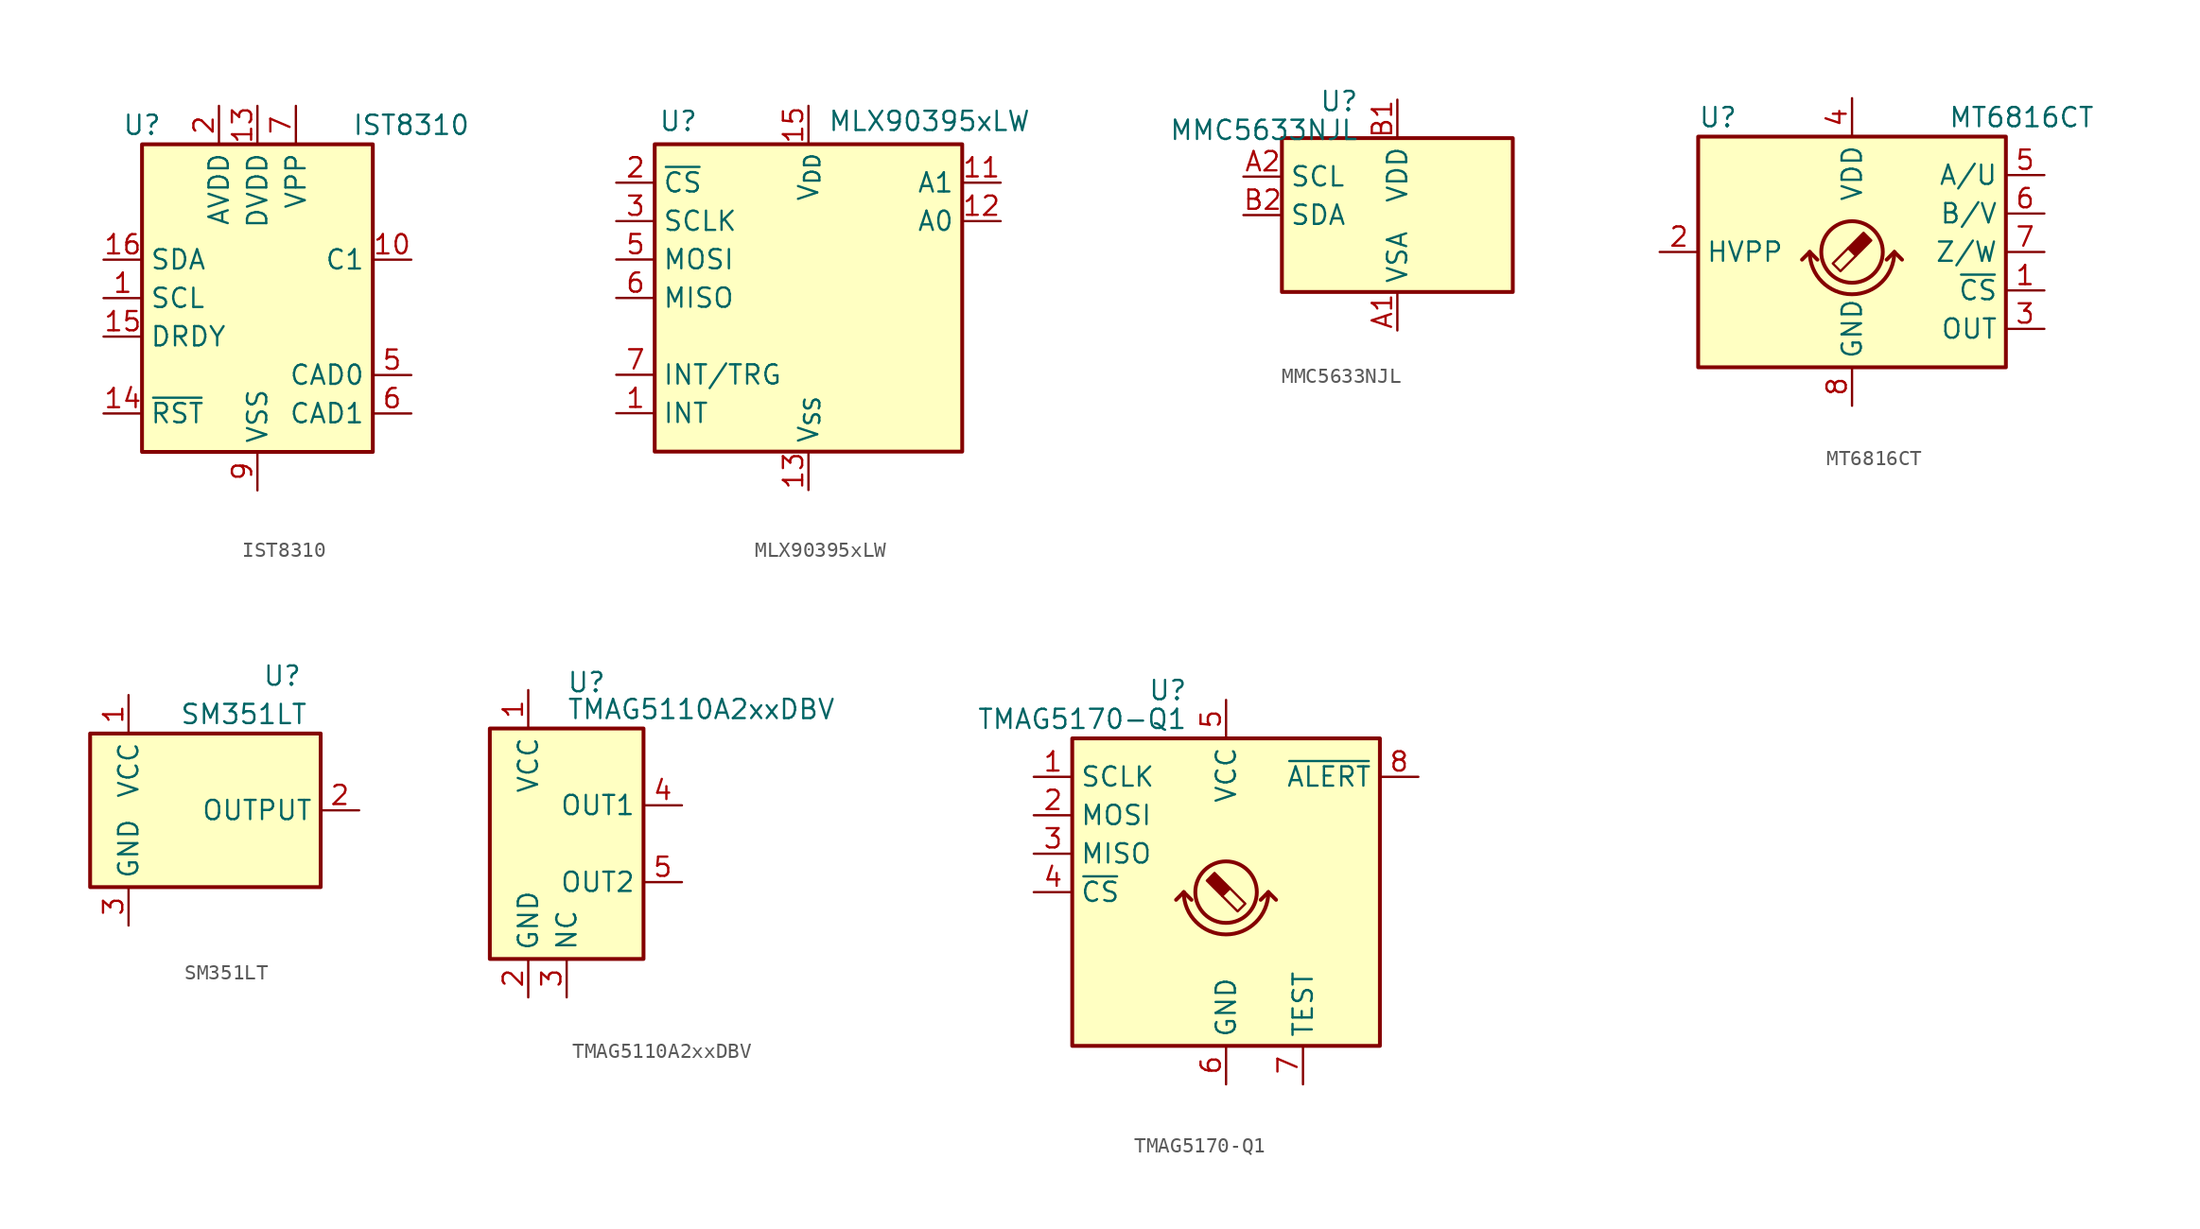
<source format=kicad_sym>
(kicad_symbol_lib
  (version 20241209)
  (generator "kicad_symbol_editor")
  (generator_version "9.0")
  (symbol "IST8310"
    (property "Reference" "U"
      (at -7.62 11.43 0)
      (effects (font (size 1.27 1.27))))
    (property "Value" "IST8310"
      (at 10.16 11.43 0)
      (effects (font (size 1.27 1.27))))
    (symbol "IST8310_0_1"
      (rectangle (start -7.62 10.16) (end 7.62 -10.16) (stroke (width 0.254) (type default)) (fill (type background))))
    (symbol "IST8310_1_1"
      (pin bidirectional line (at -10.16 2.54 0) (length 2.54) (name "SDA" (effects (font (size 1.27 1.27)))) (number "16" (effects (font (size 1.27 1.27)))))
      (pin input line (at -10.16 0 0) (length 2.54) (name "SCL" (effects (font (size 1.27 1.27)))) (number "1" (effects (font (size 1.27 1.27)))))
      (pin output line (at -10.16 -2.54 0) (length 2.54) (name "DRDY" (effects (font (size 1.27 1.27)))) (number "15" (effects (font (size 1.27 1.27)))))
      (pin input line (at -10.16 -7.62 0) (length 2.54) (name "~{RST}" (effects (font (size 1.27 1.27)))) (number "14" (effects (font (size 1.27 1.27)))))
      (pin no_connect line (at -7.62 7.62 0) (length 2.54) (hide yes) (name "NC" (effects (font (size 1.27 1.27)))) (number "3" (effects (font (size 1.27 1.27)))))
      (pin no_connect line (at -7.62 5.08 0) (length 2.54) (hide yes) (name "NC" (effects (font (size 1.27 1.27)))) (number "4" (effects (font (size 1.27 1.27)))))
      (pin power_in line (at -2.54 12.7 270) (length 2.54) (name "AVDD" (effects (font (size 1.27 1.27)))) (number "2" (effects (font (size 1.27 1.27)))))
      (pin power_in line (at 0 12.7 270) (length 2.54) (name "DVDD" (effects (font (size 1.27 1.27)))) (number "13" (effects (font (size 1.27 1.27)))))
      (pin passive line (at 0 -12.7 90) (length 2.54) (hide yes) (name "VSS" (effects (font (size 1.27 1.27)))) (number "11" (effects (font (size 1.27 1.27)))))
      (pin power_in line (at 0 -12.7 90) (length 2.54) (name "VSS" (effects (font (size 1.27 1.27)))) (number "9" (effects (font (size 1.27 1.27)))))
      (pin passive line (at 2.54 12.7 270) (length 2.54) (name "VPP" (effects (font (size 1.27 1.27)))) (number "7" (effects (font (size 1.27 1.27)))))
      (pin no_connect line (at 7.62 7.62 180) (length 2.54) (hide yes) (name "NC" (effects (font (size 1.27 1.27)))) (number "12" (effects (font (size 1.27 1.27)))))
      (pin no_connect line (at 7.62 5.08 180) (length 2.54) (hide yes) (name "NC" (effects (font (size 1.27 1.27)))) (number "8" (effects (font (size 1.27 1.27)))))
      (pin passive line (at 10.16 2.54 180) (length 2.54) (name "C1" (effects (font (size 1.27 1.27)))) (number "10" (effects (font (size 1.27 1.27)))))
      (pin input line (at 10.16 -5.08 180) (length 2.54) (name "CAD0" (effects (font (size 1.27 1.27)))) (number "5" (effects (font (size 1.27 1.27)))))
      (pin input line (at 10.16 -7.62 180) (length 2.54) (name "CAD1" (effects (font (size 1.27 1.27)))) (number "6" (effects (font (size 1.27 1.27)))))))
  (symbol "MLX90395xLW"
    (property "Reference" "U"
      (at -9.906 11.684 0)
      (effects (font (size 1.27 1.27)) (justify left)))
    (property "Value" "MLX90395xLW"
      (at 1.27 11.684 0)
      (effects (font (size 1.27 1.27)) (justify left)))
    (symbol "MLX90395xLW_0_1"
      (rectangle (start -10.16 10.16) (end 10.16 -10.16) (stroke (width 0.254) (type default)) (fill (type background))))
    (symbol "MLX90395xLW_1_1"
      (pin input line (at -12.7 7.62 0) (length 2.54) (name "~{CS}" (effects (font (size 1.27 1.27)))) (number "2" (effects (font (size 1.27 1.27)))) (alternate "MS" input line))
      (pin input line (at -12.7 5.08 0) (length 2.54) (name "SCLK" (effects (font (size 1.27 1.27)))) (number "3" (effects (font (size 1.27 1.27)))) (alternate "SCL" input line))
      (pin input line (at -12.7 2.54 0) (length 2.54) (name "MOSI" (effects (font (size 1.27 1.27)))) (number "5" (effects (font (size 1.27 1.27)))) (alternate "SDA" bidirectional line))
      (pin output line (at -12.7 0 0) (length 2.54) (name "MISO" (effects (font (size 1.27 1.27)))) (number "6" (effects (font (size 1.27 1.27)))))
      (pin bidirectional line (at -12.7 -5.08 0) (length 2.54) (name "INT/TRG" (effects (font (size 1.27 1.27)))) (number "7" (effects (font (size 1.27 1.27)))) (alternate "INT" output line) (alternate "TRG" input line))
      (pin output line (at -12.7 -7.62 0) (length 2.54) (name "INT" (effects (font (size 1.27 1.27)))) (number "1" (effects (font (size 1.27 1.27)))))
      (pin power_in line (at 0 12.7 270) (length 2.54) (name "V_{DD}" (effects (font (size 1.27 1.27)))) (number "15" (effects (font (size 1.27 1.27)))))
      (pin passive line (at 0 -12.7 90) (length 2.54) (hide yes) (name "V_{SS}" (effects (font (size 1.27 1.27)))) (number "10" (effects (font (size 1.27 1.27)))))
      (pin power_in line (at 0 -12.7 90) (length 2.54) (name "V_{SS}" (effects (font (size 1.27 1.27)))) (number "13" (effects (font (size 1.27 1.27)))))
      (pin passive line (at 0 -12.7 90) (length 2.54) (hide yes) (name "V_{SS}" (effects (font (size 1.27 1.27)))) (number "14" (effects (font (size 1.27 1.27)))))
      (pin passive line (at 0 -12.7 90) (length 2.54) (hide yes) (name "V_{SS}" (effects (font (size 1.27 1.27)))) (number "16" (effects (font (size 1.27 1.27)))))
      (pin passive line (at 0 -12.7 90) (length 2.54) (hide yes) (name "V_{SS}" (effects (font (size 1.27 1.27)))) (number "17" (effects (font (size 1.27 1.27)))))
      (pin passive line (at 0 -12.7 90) (length 2.54) (hide yes) (name "V_{SS}" (effects (font (size 1.27 1.27)))) (number "4" (effects (font (size 1.27 1.27)))))
      (pin passive line (at 0 -12.7 90) (length 2.54) (hide yes) (name "V_{SS}" (effects (font (size 1.27 1.27)))) (number "8" (effects (font (size 1.27 1.27)))))
      (pin passive line (at 0 -12.7 90) (length 2.54) (hide yes) (name "V_{SS}" (effects (font (size 1.27 1.27)))) (number "9" (effects (font (size 1.27 1.27)))))
      (pin input line (at 12.7 7.62 180) (length 2.54) (name "A1" (effects (font (size 1.27 1.27)))) (number "11" (effects (font (size 1.27 1.27)))))
      (pin input line (at 12.7 5.08 180) (length 2.54) (name "A0" (effects (font (size 1.27 1.27)))) (number "12" (effects (font (size 1.27 1.27)))))))
  (symbol "MMC5633NJL"
    (property "Reference" "U"
      (at -2.54 8.255 0)
      (effects (font (size 1.27 1.27)) (justify right top)))
    (property "Value" "MMC5633NJL"
      (at -2.54 6.35 0)
      (effects (font (size 1.27 1.27)) (justify right top)))
    (symbol "MMC5633NJL_0_1"
      (rectangle (start -7.62 -5.08) (end 7.62 5.08) (stroke (width 0.254) (type default)) (fill (type background))))
    (symbol "MMC5633NJL_1_1"
      (pin input line (at -10.16 2.54 0) (length 2.54) (name "SCL" (effects (font (size 1.27 1.27)))) (number "A2" (effects (font (size 1.27 1.27)))))
      (pin bidirectional line (at -10.16 0 0) (length 2.54) (name "SDA" (effects (font (size 1.27 1.27)))) (number "B2" (effects (font (size 1.27 1.27)))))
      (pin power_in line (at 0 7.62 270) (length 2.54) (name "VDD" (effects (font (size 1.27 1.27)))) (number "B1" (effects (font (size 1.27 1.27)))))
      (pin power_in line (at 0 -7.62 90) (length 2.54) (name "VSA" (effects (font (size 1.27 1.27)))) (number "A1" (effects (font (size 1.27 1.27)))))))
  (symbol "MT6816CT"
    (property "Reference" "U"
      (at -10.16 8.89 0)
      (effects (font (size 1.27 1.27)) (justify left)))
    (property "Value" "MT6816CT"
      (at 6.35 8.89 0)
      (effects (font (size 1.27 1.27)) (justify left)))
    (symbol "MT6816CT_1_1"
      (rectangle (start -10.16 -7.62) (end 10.16 7.62) (stroke (width 0.254) (type default)) (fill (type background)))
      (polyline (pts (xy -2.794 0) (xy -3.302 -0.508)) (stroke (width 0.254) (type default)) (fill (type none)))
      (polyline (pts (xy -2.794 0) (xy -2.286 -0.508)) (stroke (width 0.254) (type default)) (fill (type none)))
      (polyline (pts (xy -0.254 0.254) (xy -1.27 -0.762) (xy -0.762 -1.27) (xy 0.254 -0.254)) (stroke (width 0) (type default)) (fill (type none)))
      (arc (start 2.794 0) (mid 0 -2.7819) (end -2.794 0) (stroke (width 0.254) (type default)) (fill (type none)))
      (circle (center 0 0) (radius 2.032) (stroke (width 0.254) (type default)) (fill (type none)))
      (polyline (pts (xy 0.762 1.27) (xy -0.254 0.254) (xy 0.254 -0.254) (xy 1.27 0.762) (xy 1.016 1.016) (xy 0.762 1.27) (xy 0.635 1.143)) (stroke (width 0) (type default)) (fill (type outline)))
      (polyline (pts (xy 2.794 0) (xy 2.286 -0.508)) (stroke (width 0.254) (type default)) (fill (type none)))
      (polyline (pts (xy 2.794 0) (xy 3.302 -0.508)) (stroke (width 0.254) (type default)) (fill (type none)))
      (pin input line (at -12.7 0 0) (length 2.54) (name "HVPP" (effects (font (size 1.27 1.27)))) (number "2" (effects (font (size 1.27 1.27)))) (alternate "SPI_ENA" input line))
      (pin power_in line (at 0 10.16 270) (length 2.54) (name "VDD" (effects (font (size 1.27 1.27)))) (number "4" (effects (font (size 1.27 1.27)))))
      (pin power_in line (at 0 -10.16 90) (length 2.54) (name "GND" (effects (font (size 1.27 1.27)))) (number "8" (effects (font (size 1.27 1.27)))))
      (pin output line (at 12.7 5.08 180) (length 2.54) (name "A/U" (effects (font (size 1.27 1.27)))) (number "5" (effects (font (size 1.27 1.27)))) (alternate "MOSI" input line) (alternate "SDAT" bidirectional line))
      (pin output line (at 12.7 2.54 180) (length 2.54) (name "B/V" (effects (font (size 1.27 1.27)))) (number "6" (effects (font (size 1.27 1.27)))) (alternate "MISO" input line))
      (pin output line (at 12.7 0 180) (length 2.54) (name "Z/W" (effects (font (size 1.27 1.27)))) (number "7" (effects (font (size 1.27 1.27)))) (alternate "CLK" input line))
      (pin input line (at 12.7 -2.54 180) (length 2.54) (name "~{CS}" (effects (font (size 1.27 1.27)))) (number "1" (effects (font (size 1.27 1.27)))))
      (pin output line (at 12.7 -5.08 180) (length 2.54) (name "OUT" (effects (font (size 1.27 1.27)))) (number "3" (effects (font (size 1.27 1.27)))))))
  (symbol "SM351LT"
    (property "Reference" "U"
      (at 5.08 8.89 0)
      (effects (font (size 1.27 1.27))))
    (property "Value" "SM351LT"
      (at 2.54 6.35 0)
      (effects (font (size 1.27 1.27))))
    (symbol "SM351LT_0_1"
      (rectangle (start 7.62 5.08) (end -7.62 -5.08) (stroke (width 0.254) (type default)) (fill (type background))))
    (symbol "SM351LT_1_1"
      (pin power_in line (at -5.08 7.62 270) (length 2.54) (name "VCC" (effects (font (size 1.27 1.27)))) (number "1" (effects (font (size 1.27 1.27)))))
      (pin power_in line (at -5.08 -7.62 90) (length 2.54) (name "GND" (effects (font (size 1.27 1.27)))) (number "3" (effects (font (size 1.27 1.27)))))
      (pin output line (at 10.16 0 180) (length 2.54) (name "OUTPUT" (effects (font (size 1.27 1.27)))) (number "2" (effects (font (size 1.27 1.27)))))))
  (symbol "TMAG5110A2xxDBV"
    (property "Reference" "U"
      (at 0 10.668 0)
      (effects (font (size 1.27 1.27)) (justify left)))
    (property "Value" "TMAG5110A2xxDBV"
      (at 0 8.89 0)
      (effects (font (size 1.27 1.27)) (justify left)))
    (symbol "TMAG5110A2xxDBV_0_0"
      (pin passive line (at 0 -10.16 90) (length 2.54) (name "NC" (effects (font (size 1.27 1.27)))) (number "3" (effects (font (size 1.27 1.27)))))
      (pin open_collector line (at 7.62 -2.54 180) (length 2.54) (name "OUT2" (effects (font (size 1.27 1.27)))) (number "5" (effects (font (size 1.27 1.27))))))
    (symbol "TMAG5110A2xxDBV_0_1"
      (rectangle (start -5.08 7.62) (end 5.08 -7.62) (stroke (width 0.254) (type default)) (fill (type background))))
    (symbol "TMAG5110A2xxDBV_1_1"
      (pin power_in line (at -2.54 10.16 270) (length 2.54) (name "VCC" (effects (font (size 1.27 1.27)))) (number "1" (effects (font (size 1.27 1.27)))))
      (pin power_in line (at -2.54 -10.16 90) (length 2.54) (name "GND" (effects (font (size 1.27 1.27)))) (number "2" (effects (font (size 1.27 1.27)))))
      (pin open_collector line (at 7.62 2.54 180) (length 2.54) (name "OUT1" (effects (font (size 1.27 1.27)))) (number "4" (effects (font (size 1.27 1.27)))))))
  (symbol "TMAG5170-Q1"
    (property "Reference" "U"
      (at -2.54 13.335 0)
      (effects (font (size 1.27 1.27)) (justify right)))
    (property "Value" "TMAG5170-Q1"
      (at -2.54 11.43 0)
      (effects (font (size 1.27 1.27)) (justify right)))
    (symbol "TMAG5170-Q1_0_1"
      (rectangle (start -10.16 10.16) (end 10.16 -10.16) (stroke (width 0.254) (type default)) (fill (type background)))
      (polyline (pts (xy -2.794 0) (xy -3.302 -0.508)) (stroke (width 0.254) (type default)) (fill (type none)))
      (polyline (pts (xy -2.794 0) (xy -2.286 -0.508)) (stroke (width 0.254) (type default)) (fill (type none)))
      (arc (start 2.794 0) (mid 0 -2.7819) (end -2.794 0) (stroke (width 0.254) (type default)) (fill (type none)))
      (polyline (pts (xy 2.794 0) (xy 2.286 -0.508)) (stroke (width 0.254) (type default)) (fill (type none)))
      (polyline (pts (xy 2.794 0) (xy 3.302 -0.508)) (stroke (width 0.254) (type default)) (fill (type none))))
    (symbol "TMAG5170-Q1_1_1"
      (polyline (pts (xy -0.762 1.27) (xy 0.254 0.254) (xy -0.254 -0.254) (xy -1.27 0.762) (xy -1.016 1.016) (xy -0.762 1.27) (xy -0.635 1.143)) (stroke (width 0) (type default)) (fill (type outline)))
      (circle (center 0 0) (radius 2.032) (stroke (width 0.254) (type default)) (fill (type none)))
      (polyline (pts (xy 0.254 0.254) (xy 1.27 -0.762) (xy 0.762 -1.27) (xy -0.254 -0.254)) (stroke (width 0) (type default)) (fill (type none)))
      (pin input line (at -12.7 7.62 0) (length 2.54) (name "SCLK" (effects (font (size 1.27 1.27)))) (number "1" (effects (font (size 1.27 1.27)))))
      (pin input line (at -12.7 5.08 0) (length 2.54) (name "MOSI" (effects (font (size 1.27 1.27)))) (number "2" (effects (font (size 1.27 1.27)))))
      (pin output line (at -12.7 2.54 0) (length 2.54) (name "MISO" (effects (font (size 1.27 1.27)))) (number "3" (effects (font (size 1.27 1.27)))))
      (pin input line (at -12.7 0 0) (length 2.54) (name "~{CS}" (effects (font (size 1.27 1.27)))) (number "4" (effects (font (size 1.27 1.27)))))
      (pin power_in line (at 0 12.7 270) (length 2.54) (name "VCC" (effects (font (size 1.27 1.27)))) (number "5" (effects (font (size 1.27 1.27)))))
      (pin power_in line (at 0 -12.7 90) (length 2.54) (name "GND" (effects (font (size 1.27 1.27)))) (number "6" (effects (font (size 1.27 1.27)))))
      (pin passive line (at 5.08 -12.7 90) (length 2.54) (name "TEST" (effects (font (size 1.27 1.27)))) (number "7" (effects (font (size 1.27 1.27)))))
      (pin bidirectional line (at 12.7 7.62 180) (length 2.54) (name "~{ALERT}" (effects (font (size 1.27 1.27)))) (number "8" (effects (font (size 1.27 1.27))))))))
</source>
